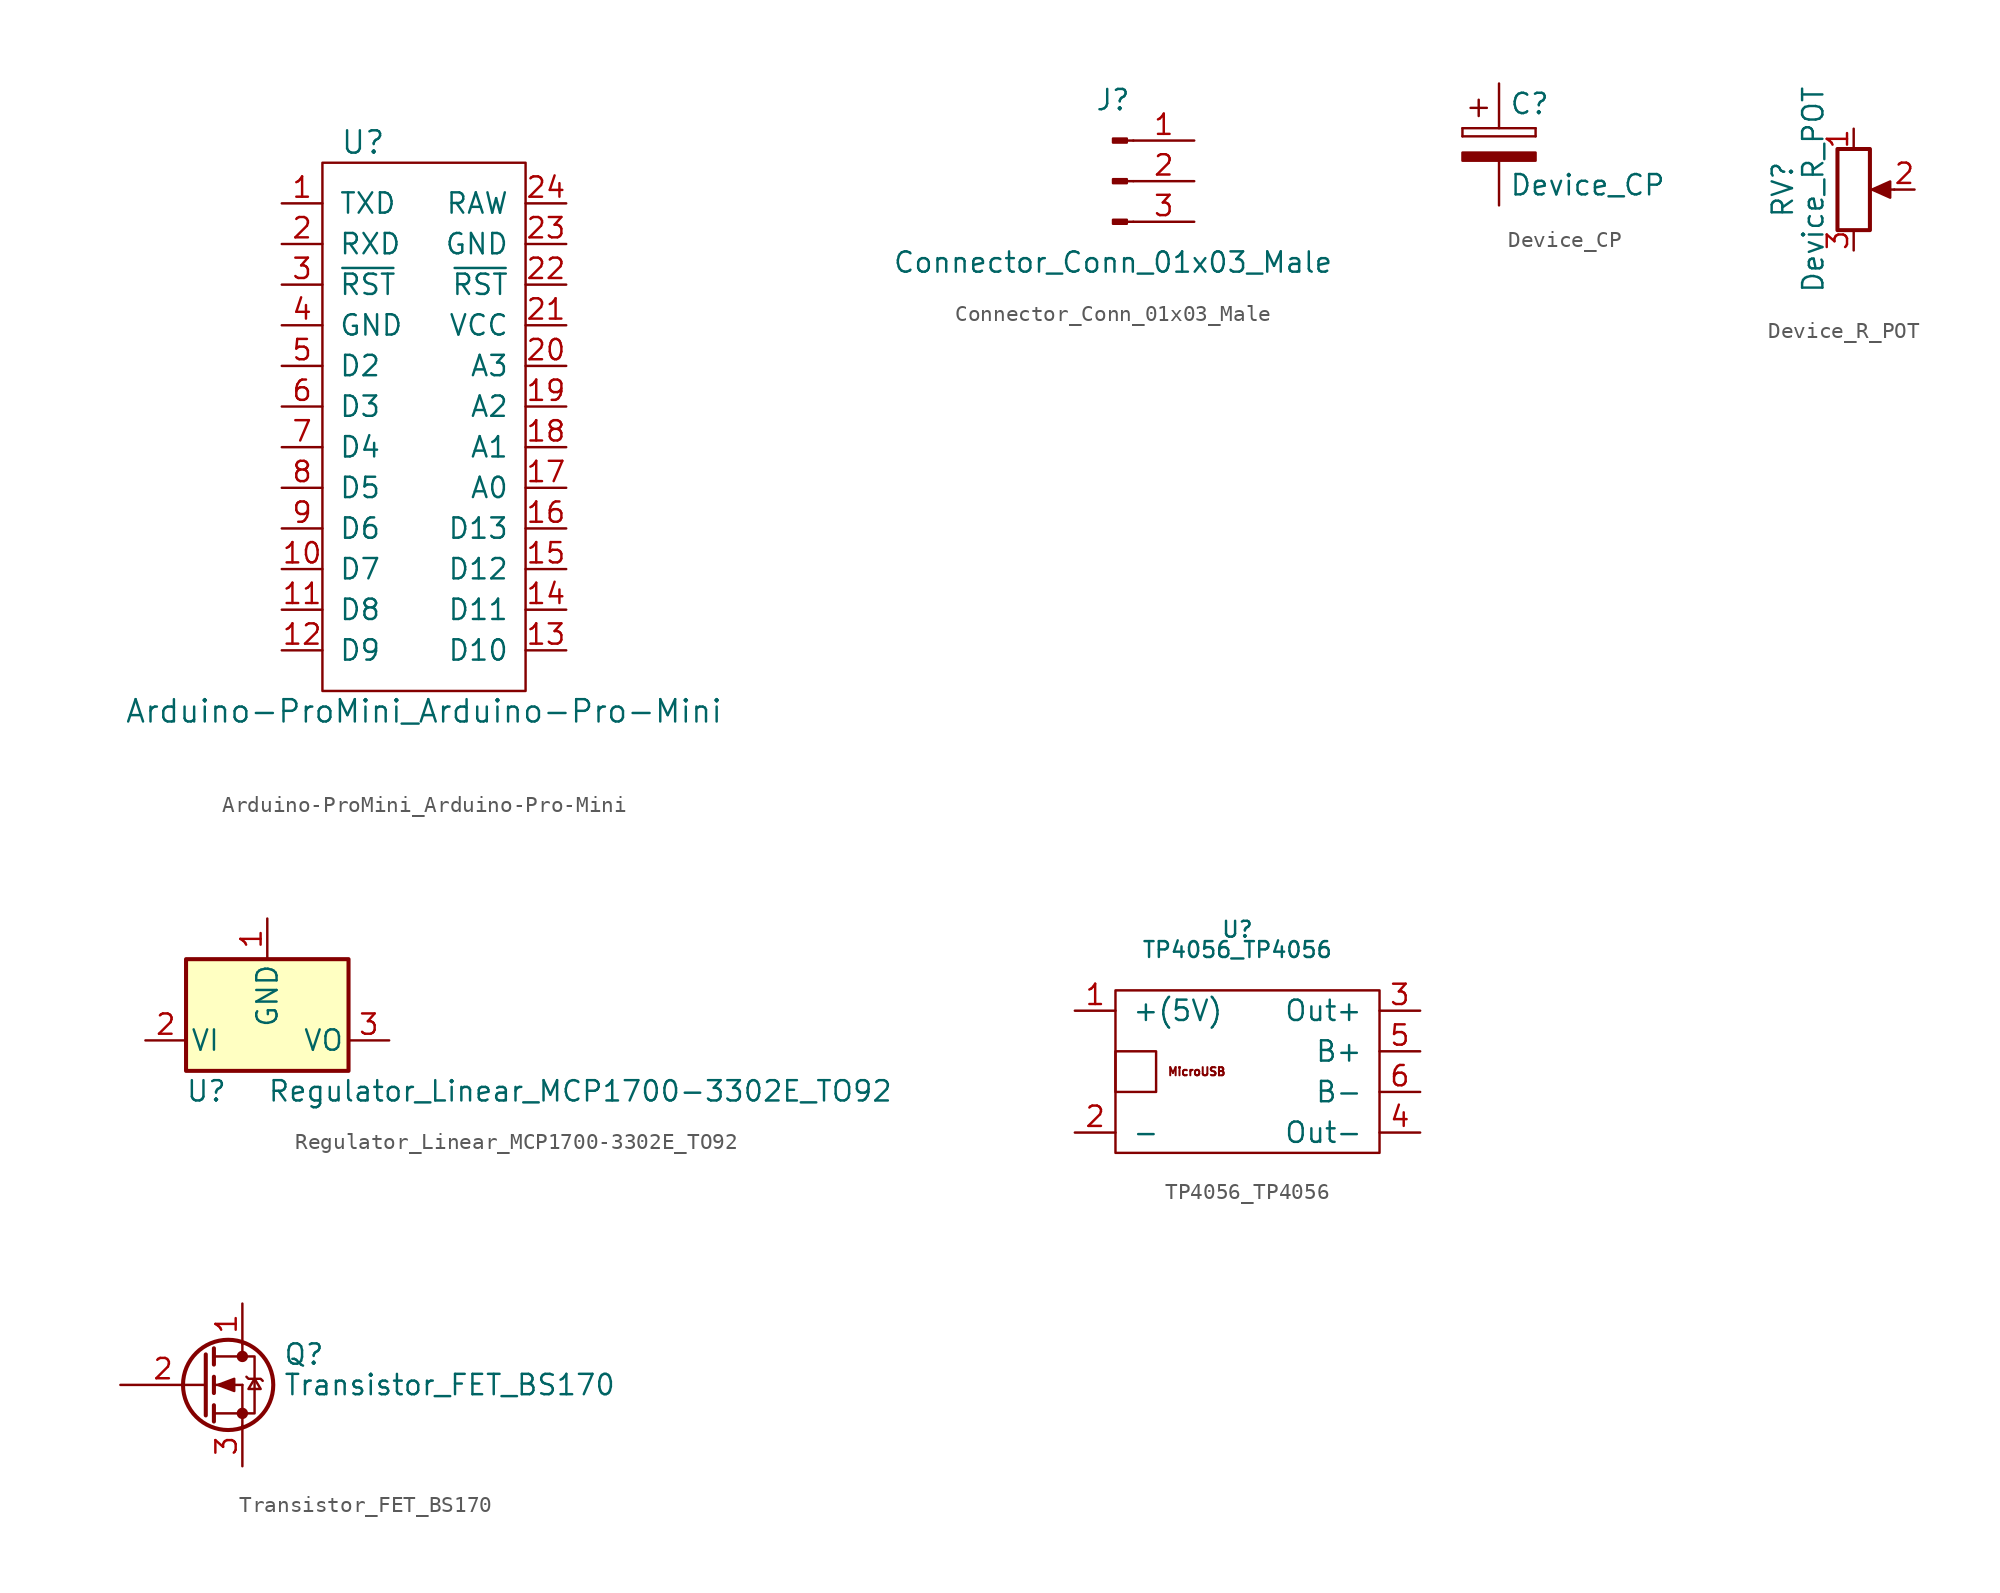
<source format=kicad_sym>
(kicad_symbol_lib
  (version 20220914)
  (generator kicad_symbol_editor)
  (symbol "Arduino-ProMini_Arduino-Pro-Mini"
    (pin_names
      (offset 1.016))
    (property "Reference" "U"
      (at -3.81 21.59 0)
      (effects (font (size 1.397 1.397))))
    (property "Value" "Arduino-ProMini_Arduino-Pro-Mini"
      (at 0 -13.97 0)
      (effects (font (size 1.397 1.397))))
    (symbol "Arduino-ProMini_Arduino-Pro-Mini_0_1"
      (rectangle (start -6.35 -12.7) (end 6.35 20.32) (stroke (width 0) (type solid)) (fill (type none))))
    (symbol "Arduino-ProMini_Arduino-Pro-Mini_1_1"
      (pin tri_state line (at -8.89 17.78 0) (length 2.54) (name "TXD" (effects (font (size 1.27 1.27)))) (number "1" (effects (font (size 1.27 1.27)))))
      (pin tri_state line (at -8.89 -5.08 0) (length 2.54) (name "D7" (effects (font (size 1.27 1.27)))) (number "10" (effects (font (size 1.27 1.27)))))
      (pin tri_state line (at -8.89 -7.62 0) (length 2.54) (name "D8" (effects (font (size 1.27 1.27)))) (number "11" (effects (font (size 1.27 1.27)))))
      (pin tri_state line (at -8.89 -10.16 0) (length 2.54) (name "D9" (effects (font (size 1.27 1.27)))) (number "12" (effects (font (size 1.27 1.27)))))
      (pin tri_state line (at 8.89 -10.16 180) (length 2.54) (name "D10" (effects (font (size 1.27 1.27)))) (number "13" (effects (font (size 1.27 1.27)))))
      (pin tri_state line (at 8.89 -7.62 180) (length 2.54) (name "D11" (effects (font (size 1.27 1.27)))) (number "14" (effects (font (size 1.27 1.27)))))
      (pin tri_state line (at 8.89 -5.08 180) (length 2.54) (name "D12" (effects (font (size 1.27 1.27)))) (number "15" (effects (font (size 1.27 1.27)))))
      (pin tri_state line (at 8.89 -2.54 180) (length 2.54) (name "D13" (effects (font (size 1.27 1.27)))) (number "16" (effects (font (size 1.27 1.27)))))
      (pin tri_state line (at 8.89 0 180) (length 2.54) (name "A0" (effects (font (size 1.27 1.27)))) (number "17" (effects (font (size 1.27 1.27)))))
      (pin tri_state line (at 8.89 2.54 180) (length 2.54) (name "A1" (effects (font (size 1.27 1.27)))) (number "18" (effects (font (size 1.27 1.27)))))
      (pin tri_state line (at 8.89 5.08 180) (length 2.54) (name "A2" (effects (font (size 1.27 1.27)))) (number "19" (effects (font (size 1.27 1.27)))))
      (pin tri_state line (at -8.89 15.24 0) (length 2.54) (name "RXD" (effects (font (size 1.27 1.27)))) (number "2" (effects (font (size 1.27 1.27)))))
      (pin tri_state line (at 8.89 7.62 180) (length 2.54) (name "A3" (effects (font (size 1.27 1.27)))) (number "20" (effects (font (size 1.27 1.27)))))
      (pin tri_state line (at 8.89 10.16 180) (length 2.54) (name "VCC" (effects (font (size 1.27 1.27)))) (number "21" (effects (font (size 1.27 1.27)))))
      (pin input line (at 8.89 12.7 180) (length 2.54) (name "~{RST}" (effects (font (size 1.27 1.27)))) (number "22" (effects (font (size 1.27 1.27)))))
      (pin input line (at 8.89 15.24 180) (length 2.54) (name "GND" (effects (font (size 1.27 1.27)))) (number "23" (effects (font (size 1.27 1.27)))))
      (pin input line (at 8.89 17.78 180) (length 2.54) (name "RAW" (effects (font (size 1.27 1.27)))) (number "24" (effects (font (size 1.27 1.27)))))
      (pin input line (at -8.89 12.7 0) (length 2.54) (name "~{RST}" (effects (font (size 1.27 1.27)))) (number "3" (effects (font (size 1.27 1.27)))))
      (pin power_in line (at -8.89 10.16 0) (length 2.54) (name "GND" (effects (font (size 1.27 1.27)))) (number "4" (effects (font (size 1.27 1.27)))))
      (pin tri_state line (at -8.89 7.62 0) (length 2.54) (name "D2" (effects (font (size 1.27 1.27)))) (number "5" (effects (font (size 1.27 1.27)))))
      (pin tri_state line (at -8.89 5.08 0) (length 2.54) (name "D3" (effects (font (size 1.27 1.27)))) (number "6" (effects (font (size 1.27 1.27)))))
      (pin tri_state line (at -8.89 2.54 0) (length 2.54) (name "D4" (effects (font (size 1.27 1.27)))) (number "7" (effects (font (size 1.27 1.27)))))
      (pin tri_state line (at -8.89 0 0) (length 2.54) (name "D5" (effects (font (size 1.27 1.27)))) (number "8" (effects (font (size 1.27 1.27)))))
      (pin tri_state line (at -8.89 -2.54 0) (length 2.54) (name "D6" (effects (font (size 1.27 1.27)))) (number "9" (effects (font (size 1.27 1.27)))))))
  (symbol "Connector_Conn_01x03_Male"
    (pin_names
      (offset 1.016) hide)
    (property "Reference" "J"
      (at 0 5.08 0)
      (effects (font (size 1.27 1.27))))
    (property "Value" "Connector_Conn_01x03_Male"
      (at 0 -5.08 0)
      (effects (font (size 1.27 1.27))))
    (symbol "Connector_Conn_01x03_Male_1_1"
      (polyline (pts (xy 1.27 -2.54) (xy 0.864 -2.54)) (stroke (width 0.152) (type solid)) (fill (type none)))
      (polyline (pts (xy 1.27 0) (xy 0.864 0)) (stroke (width 0.152) (type solid)) (fill (type none)))
      (polyline (pts (xy 1.27 2.54) (xy 0.864 2.54)) (stroke (width 0.152) (type solid)) (fill (type none)))
      (rectangle (start 0.864 -2.413) (end 0 -2.667) (stroke (width 0.152) (type solid)) (fill (type outline)))
      (rectangle (start 0.864 0.127) (end 0 -0.127) (stroke (width 0.152) (type solid)) (fill (type outline)))
      (rectangle (start 0.864 2.667) (end 0 2.413) (stroke (width 0.152) (type solid)) (fill (type outline)))
      (pin passive line (at 5.08 2.54 180) (length 3.81) (name "Pin_1" (effects (font (size 1.27 1.27)))) (number "1" (effects (font (size 1.27 1.27)))))
      (pin passive line (at 5.08 0 180) (length 3.81) (name "Pin_2" (effects (font (size 1.27 1.27)))) (number "2" (effects (font (size 1.27 1.27)))))
      (pin passive line (at 5.08 -2.54 180) (length 3.81) (name "Pin_3" (effects (font (size 1.27 1.27)))) (number "3" (effects (font (size 1.27 1.27)))))))
  (symbol "Device_CP"
    (pin_numbers hide)
    (pin_names
      (offset 0.254))
    (property "Reference" "C"
      (at 0.635 2.54 0)
      (effects (font (size 1.27 1.27)) (justify left)))
    (property "Value" "Device_CP"
      (at 0.635 -2.54 0)
      (effects (font (size 1.27 1.27)) (justify left)))
    (symbol "Device_CP_0_1"
      (rectangle (start -2.286 0.508) (end -2.286 1.016) (stroke (width 0) (type solid)) (fill (type none)))
      (rectangle (start -2.286 0.508) (end 2.286 0.508) (stroke (width 0) (type solid)) (fill (type none)))
      (polyline (pts (xy -1.778 2.286) (xy -0.762 2.286)) (stroke (width 0) (type solid)) (fill (type none)))
      (polyline (pts (xy -1.27 2.794) (xy -1.27 1.778)) (stroke (width 0) (type solid)) (fill (type none)))
      (rectangle (start 2.286 -0.508) (end -2.286 -1.016) (stroke (width 0) (type solid)) (fill (type outline)))
      (rectangle (start 2.286 1.016) (end -2.286 1.016) (stroke (width 0) (type solid)) (fill (type none)))
      (rectangle (start 2.286 1.016) (end 2.286 0.508) (stroke (width 0) (type solid)) (fill (type none))))
    (symbol "Device_CP_1_1"
      (pin passive line (at 0 3.81 270) (length 2.794) (name "~" (effects (font (size 1.27 1.27)))) (number "1" (effects (font (size 1.27 1.27)))))
      (pin passive line (at 0 -3.81 90) (length 2.794) (name "~" (effects (font (size 1.27 1.27)))) (number "2" (effects (font (size 1.27 1.27)))))))
  (symbol "Device_R_POT"
    (pin_names
      (offset 1.016) hide)
    (property "Reference" "RV"
      (at -4.445 0 90)
      (effects (font (size 1.27 1.27))))
    (property "Value" "Device_R_POT"
      (at -2.54 0 90)
      (effects (font (size 1.27 1.27))))
    (symbol "Device_R_POT_0_1"
      (polyline (pts (xy 2.54 0) (xy 1.524 0)) (stroke (width 0) (type solid)) (fill (type none)))
      (polyline (pts (xy 1.143 0) (xy 2.286 0.508) (xy 2.286 -0.508) (xy 1.143 0)) (stroke (width 0) (type solid)) (fill (type outline)))
      (rectangle (start 1.016 2.54) (end -1.016 -2.54) (stroke (width 0.254) (type solid)) (fill (type none))))
    (symbol "Device_R_POT_1_1"
      (pin passive line (at 0 3.81 270) (length 1.27) (name "1" (effects (font (size 1.27 1.27)))) (number "1" (effects (font (size 1.27 1.27)))))
      (pin passive line (at 3.81 0 180) (length 1.27) (name "2" (effects (font (size 1.27 1.27)))) (number "2" (effects (font (size 1.27 1.27)))))
      (pin passive line (at 0 -3.81 90) (length 1.27) (name "3" (effects (font (size 1.27 1.27)))) (number "3" (effects (font (size 1.27 1.27)))))))
  (symbol "Regulator_Linear_MCP1700-3302E_TO92"
    (pin_names
      (offset 0.254))
    (property "Reference" "U"
      (at -3.81 -3.175 0)
      (effects (font (size 1.27 1.27))))
    (property "Value" "Regulator_Linear_MCP1700-3302E_TO92"
      (at 0 -3.175 0)
      (effects (font (size 1.27 1.27)) (justify left)))
    (symbol "Regulator_Linear_MCP1700-3302E_TO92_0_1"
      (rectangle (start -5.08 5.08) (end 5.08 -1.905) (stroke (width 0.254) (type solid)) (fill (type background))))
    (symbol "Regulator_Linear_MCP1700-3302E_TO92_1_1"
      (pin power_in line (at 0 7.62 270) (length 2.54) (name "GND" (effects (font (size 1.27 1.27)))) (number "1" (effects (font (size 1.27 1.27)))))
      (pin power_in line (at -7.62 0 0) (length 2.54) (name "VI" (effects (font (size 1.27 1.27)))) (number "2" (effects (font (size 1.27 1.27)))))
      (pin power_out line (at 7.62 0 180) (length 2.54) (name "VO" (effects (font (size 1.27 1.27)))) (number "3" (effects (font (size 1.27 1.27)))))))
  (symbol "TP4056_TP4056"
    (pin_names
      (offset 1.016))
    (property "Reference" "U"
      (at 0 0 0)
      (effects (font (size 0.991 0.991))))
    (property "Value" "TP4056_TP4056"
      (at 0 -1.27 0)
      (effects (font (size 0.991 0.991))))
    (symbol "TP4056_TP4056_0_0"
      (text "MicroUSB" (at -2.54 -8.89 0) (effects (font (size 0.508 0.508)))))
    (symbol "TP4056_TP4056_0_1"
      (rectangle (start -7.62 -7.62) (end -5.08 -10.16) (stroke (width 0) (type solid)) (fill (type none)))
      (rectangle (start -7.62 -3.81) (end 8.89 -13.97) (stroke (width 0) (type solid)) (fill (type none))))
    (symbol "TP4056_TP4056_1_1"
      (pin passive line (at -10.16 -5.08 0) (length 2.54) (name "+(5V)" (effects (font (size 1.27 1.27)))) (number "1" (effects (font (size 1.27 1.27)))))
      (pin passive line (at -10.16 -12.7 0) (length 2.54) (name "-" (effects (font (size 1.27 1.27)))) (number "2" (effects (font (size 1.27 1.27)))))
      (pin passive line (at 11.43 -5.08 180) (length 2.54) (name "Out+" (effects (font (size 1.27 1.27)))) (number "3" (effects (font (size 1.27 1.27)))))
      (pin passive line (at 11.43 -12.7 180) (length 2.54) (name "Out-" (effects (font (size 1.27 1.27)))) (number "4" (effects (font (size 1.27 1.27)))))
      (pin passive line (at 11.43 -7.62 180) (length 2.54) (name "B+" (effects (font (size 1.27 1.27)))) (number "5" (effects (font (size 1.27 1.27)))))
      (pin passive line (at 11.43 -10.16 180) (length 2.54) (name "B-" (effects (font (size 1.27 1.27)))) (number "6" (effects (font (size 1.27 1.27)))))))
  (symbol "Transistor_FET_BS170"
    (pin_names
      (offset 0) hide)
    (property "Reference" "Q"
      (at 5.08 1.905 0)
      (effects (font (size 1.27 1.27)) (justify left)))
    (property "Value" "Transistor_FET_BS170"
      (at 5.08 0 0)
      (effects (font (size 1.27 1.27)) (justify left)))
    (symbol "Transistor_FET_BS170_0_1"
      (polyline (pts (xy 0.762 -1.778) (xy 2.54 -1.778)) (stroke (width 0) (type solid)) (fill (type none)))
      (polyline (pts (xy 0.762 -1.27) (xy 0.762 -2.286)) (stroke (width 0.254) (type solid)) (fill (type none)))
      (polyline (pts (xy 0.762 0) (xy 2.54 0)) (stroke (width 0) (type solid)) (fill (type none)))
      (polyline (pts (xy 0.762 0.508) (xy 0.762 -0.508)) (stroke (width 0.254) (type solid)) (fill (type none)))
      (polyline (pts (xy 0.762 1.778) (xy 2.54 1.778)) (stroke (width 0) (type solid)) (fill (type none)))
      (polyline (pts (xy 0.762 2.286) (xy 0.762 1.27)) (stroke (width 0.254) (type solid)) (fill (type none)))
      (polyline (pts (xy 2.54 -1.778) (xy 2.54 -2.54)) (stroke (width 0) (type solid)) (fill (type none)))
      (polyline (pts (xy 2.54 -1.778) (xy 2.54 0)) (stroke (width 0) (type solid)) (fill (type none)))
      (polyline (pts (xy 2.54 2.54) (xy 2.54 1.778)) (stroke (width 0) (type solid)) (fill (type none)))
      (polyline (pts (xy 0.254 1.905) (xy 0.254 -1.905) (xy 0.254 -1.905)) (stroke (width 0.254) (type solid)) (fill (type none)))
      (polyline (pts (xy 1.016 0) (xy 2.032 0.381) (xy 2.032 -0.381) (xy 1.016 0)) (stroke (width 0) (type solid)) (fill (type outline)))
      (polyline (pts (xy 2.54 -1.778) (xy 3.302 -1.778) (xy 3.302 1.778) (xy 2.54 1.778)) (stroke (width 0) (type solid)) (fill (type none)))
      (polyline (pts (xy 2.794 0.508) (xy 2.921 0.381) (xy 3.683 0.381) (xy 3.81 0.254)) (stroke (width 0) (type solid)) (fill (type none)))
      (polyline (pts (xy 3.302 0.381) (xy 2.921 -0.254) (xy 3.683 -0.254) (xy 3.302 0.381)) (stroke (width 0) (type solid)) (fill (type none)))
      (circle (center 1.651 0) (radius 2.819) (stroke (width 0.254) (type solid)) (fill (type none)))
      (circle (center 2.54 -1.778) (radius 0.279) (stroke (width 0) (type solid)) (fill (type outline)))
      (circle (center 2.54 1.778) (radius 0.279) (stroke (width 0) (type solid)) (fill (type outline))))
    (symbol "Transistor_FET_BS170_1_1"
      (pin passive line (at 2.54 5.08 270) (length 2.54) (name "D" (effects (font (size 1.27 1.27)))) (number "1" (effects (font (size 1.27 1.27)))))
      (pin input line (at -5.08 0 0) (length 5.334) (name "G" (effects (font (size 1.27 1.27)))) (number "2" (effects (font (size 1.27 1.27)))))
      (pin passive line (at 2.54 -5.08 90) (length 2.54) (name "S" (effects (font (size 1.27 1.27)))) (number "3" (effects (font (size 1.27 1.27))))))))
</source>
